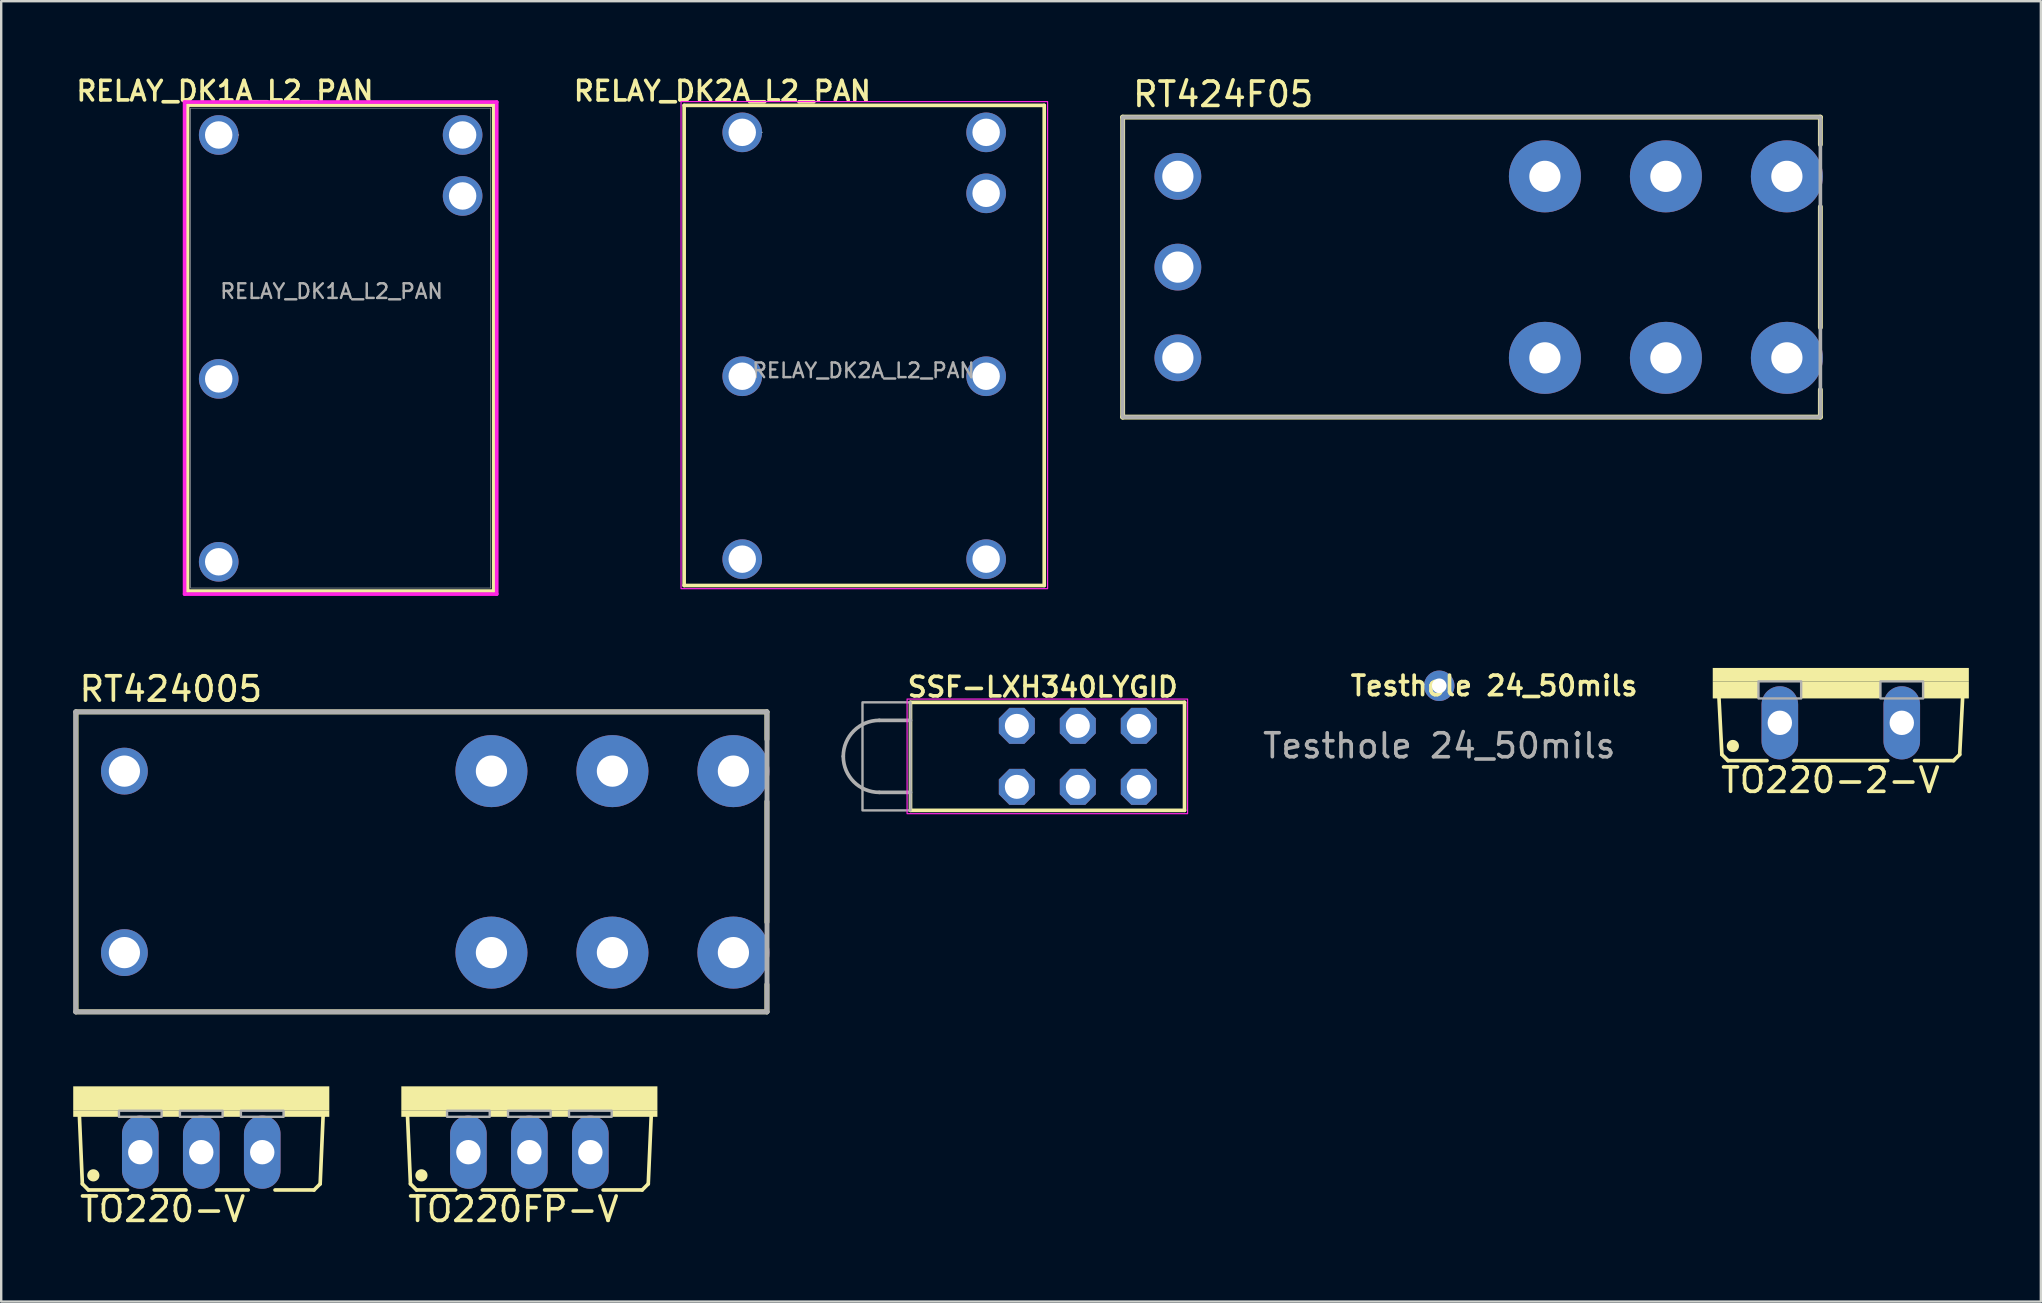
<source format=kicad_pcb>
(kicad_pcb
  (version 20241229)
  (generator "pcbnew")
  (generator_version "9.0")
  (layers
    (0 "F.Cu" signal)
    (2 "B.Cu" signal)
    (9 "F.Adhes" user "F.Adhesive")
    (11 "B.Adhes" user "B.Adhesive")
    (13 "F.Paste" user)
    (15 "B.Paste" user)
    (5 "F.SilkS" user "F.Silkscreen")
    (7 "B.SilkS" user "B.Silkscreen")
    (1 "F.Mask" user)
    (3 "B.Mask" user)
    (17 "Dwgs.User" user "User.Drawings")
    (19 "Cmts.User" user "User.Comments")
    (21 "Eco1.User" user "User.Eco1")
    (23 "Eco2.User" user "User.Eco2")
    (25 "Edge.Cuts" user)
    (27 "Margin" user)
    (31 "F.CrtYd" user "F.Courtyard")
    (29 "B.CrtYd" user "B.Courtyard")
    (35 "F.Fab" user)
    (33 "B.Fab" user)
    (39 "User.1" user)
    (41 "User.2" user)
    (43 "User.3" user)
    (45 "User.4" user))
  (footprint "RELAY_DK2A_L2_PAN"
    (layer "F.Cu")
    (at 27.87 2.463)
    (property "Reference" "RELAY_DK2A_L2_PAN" (at -0.83 -1.72 0) (unlocked yes) (layer "F.SilkS") (effects (font (size 0.813 0.813) (thickness 0.152) (bold yes))))
    (attr through_hole)
    (fp_line (start -2.42 -1.123) (end -2.42 18.877) (stroke (width 0.152) (type solid)) (layer "F.SilkS"))
    (fp_line (start -2.42 -1.123) (end 12.58 -1.123) (stroke (width 0.152) (type solid)) (layer "F.SilkS"))
    (fp_line (start 12.58 18.877) (end -2.42 18.877) (stroke (width 0.152) (type solid)) (layer "F.SilkS"))
    (fp_line (start 12.58 18.877) (end 12.58 -1.123) (stroke (width 0.152) (type solid)) (layer "F.SilkS"))
    (fp_rect (start -2.55 -1.28) (end 12.72 19.01) (stroke (width 0.05) (type default)) (fill no) (layer "F.CrtYd"))
    (fp_circle (center 0.826 0) (end 0.826 0) (stroke (width 0.025) (type solid)) (fill no) (layer "F.Fab"))
    (fp_text user "${REFERENCE}" (at 5.05 9.92 0) (unlocked yes) (layer "F.Fab") (effects (font (size 0.61 0.61) (thickness 0.102) (bold yes))))
    (pad "1" thru_hole circle (at 0 0) (size 1.651 1.651) (drill 1.143) (layers "*.Cu" "*.Mask"))
    (pad "3" thru_hole circle (at 0 10.16) (size 1.651 1.651) (drill 1.143) (layers "*.Cu" "*.Mask"))
    (pad "4" thru_hole circle (at 0 17.78) (size 1.651 1.651) (drill 1.143) (layers "*.Cu" "*.Mask"))
    (pad "5" thru_hole circle (at 10.16 17.78) (size 1.651 1.651) (drill 1.143) (layers "*.Cu" "*.Mask"))
    (pad "6" thru_hole circle (at 10.16 10.16) (size 1.651 1.651) (drill 1.143) (layers "*.Cu" "*.Mask"))
    (pad "7" thru_hole circle (at 10.16 2.54) (size 1.651 1.651) (drill 1.143) (layers "*.Cu" "*.Mask"))
    (pad "8" thru_hole circle (at 10.16 0) (size 1.651 1.651) (drill 1.143) (layers "*.Cu" "*.Mask")))
  (footprint "RELAY_DK1A_L2_PAN"
    (layer "F.Cu")
    (at 6.061 2.573)
    (property "Reference" "RELAY_DK1A_L2_PAN" (at 0.26 -1.83 0) (unlocked yes) (layer "F.SilkS") (effects (font (size 0.813 0.813) (thickness 0.152) (bold yes))))
    (attr through_hole)
    (fp_line (start -1.295 -1.245) (end -1.295 18.999) (stroke (width 0.152) (type solid)) (layer "F.SilkS"))
    (fp_line (start -1.295 18.999) (end 11.455 18.999) (stroke (width 0.152) (type solid)) (layer "F.SilkS"))
    (fp_line (start 11.455 -1.245) (end -1.295 -1.245) (stroke (width 0.152) (type solid)) (layer "F.SilkS"))
    (fp_line (start 11.455 18.999) (end 11.455 -1.245) (stroke (width 0.152) (type solid)) (layer "F.SilkS"))
    (fp_line (start -1.422 -1.372) (end 11.582 -1.372) (stroke (width 0.152) (type solid)) (layer "F.CrtYd"))
    (fp_line (start -1.422 19.126) (end -1.422 -1.372) (stroke (width 0.152) (type solid)) (layer "F.CrtYd"))
    (fp_line (start 11.582 -1.372) (end 11.582 19.126) (stroke (width 0.152) (type solid)) (layer "F.CrtYd"))
    (fp_line (start 11.582 19.126) (end -1.422 19.126) (stroke (width 0.152) (type solid)) (layer "F.CrtYd"))
    (fp_line (start -1.168 -1.118) (end -1.168 18.872) (stroke (width 0.025) (type solid)) (layer "F.Fab"))
    (fp_line (start -1.168 18.872) (end 11.328 18.872) (stroke (width 0.025) (type solid)) (layer "F.Fab"))
    (fp_line (start 11.328 -1.118) (end -1.168 -1.118) (stroke (width 0.025) (type solid)) (layer "F.Fab"))
    (fp_line (start 11.328 18.872) (end 11.328 -1.118) (stroke (width 0.025) (type solid)) (layer "F.Fab"))
    (fp_circle (center 0.826 0) (end 0.826 0) (stroke (width 0.025) (type solid)) (fill no) (layer "F.Fab"))
    (fp_text user "${REFERENCE}" (at 4.7 6.51 0) (unlocked yes) (layer "F.Fab") (effects (font (size 0.61 0.61) (thickness 0.102) (bold yes))))
    (pad "1" thru_hole circle (at 0 0) (size 1.651 1.651) (drill 1.143) (layers "*.Cu" "*.Mask"))
    (pad "3" thru_hole circle (at 0 10.16) (size 1.651 1.651) (drill 1.143) (layers "*.Cu" "*.Mask"))
    (pad "4" thru_hole circle (at 0 17.78) (size 1.651 1.651) (drill 1.143) (layers "*.Cu" "*.Mask"))
    (pad "5" thru_hole circle (at 10.16 2.54) (size 1.651 1.651) (drill 1.143) (layers "*.Cu" "*.Mask"))
    (pad "6" thru_hole circle (at 10.16 0) (size 1.651 1.651) (drill 1.143) (layers "*.Cu" "*.Mask")))
  (footprint "TO220-V"
    (layer "F.Cu")
    (at 5.334 44.744)
    (property "Reference" "TO220-V" (at -5.144 3.175 0) (layer "F.SilkS") (effects (font (size 1.016 1.016) (thickness 0.152)) (justify left bottom)))
    (attr through_hole)
    (fp_line (start -4.953 1.524) (end -5.08 -1.397) (stroke (width 0.152) (type solid)) (layer "F.SilkS"))
    (fp_line (start -4.953 1.524) (end -4.699 1.778) (stroke (width 0.152) (type solid)) (layer "F.SilkS"))
    (fp_line (start -3.073 1.778) (end -4.699 1.778) (stroke (width 0.152) (type solid)) (layer "F.SilkS"))
    (fp_line (start -0.635 1.778) (end -1.956 1.778) (stroke (width 0.152) (type solid)) (layer "F.SilkS"))
    (fp_line (start 1.956 1.778) (end 0.635 1.778) (stroke (width 0.152) (type solid)) (layer "F.SilkS"))
    (fp_line (start 4.699 1.778) (end 3.073 1.778) (stroke (width 0.152) (type solid)) (layer "F.SilkS"))
    (fp_line (start 4.699 1.778) (end 4.953 1.524) (stroke (width 0.152) (type solid)) (layer "F.SilkS"))
    (fp_line (start 5.08 -1.397) (end 4.953 1.524) (stroke (width 0.152) (type solid)) (layer "F.SilkS"))
    (fp_circle (center -4.496 1.168) (end -4.369 1.168) (stroke (width 0.254) (type solid)) (fill yes) (layer "F.SilkS"))
    (fp_poly (pts (xy -5.334 -1.524) (xy 5.334 -1.524) (xy 5.334 -2.54) (xy -5.334 -2.54)) (stroke (width 0) (type default)) (fill yes) (layer "F.SilkS"))
    (fp_poly (pts (xy -5.334 -1.27) (xy -3.429 -1.27) (xy -3.429 -1.524) (xy -5.334 -1.524)) (stroke (width 0) (type default)) (fill yes) (layer "F.SilkS"))
    (fp_poly (pts (xy -1.651 -1.27) (xy -0.889 -1.27) (xy -0.889 -1.524) (xy -1.651 -1.524)) (stroke (width 0) (type default)) (fill yes) (layer "F.SilkS"))
    (fp_poly (pts (xy 0.889 -1.27) (xy 1.651 -1.27) (xy 1.651 -1.524) (xy 0.889 -1.524)) (stroke (width 0) (type default)) (fill yes) (layer "F.SilkS"))
    (fp_poly (pts (xy 3.429 -1.27) (xy 5.334 -1.27) (xy 5.334 -1.524) (xy 3.429 -1.524)) (stroke (width 0) (type default)) (fill yes) (layer "F.SilkS"))
    (fp_poly (pts (xy -3.429 -1.27) (xy -1.651 -1.27) (xy -1.651 -1.524) (xy -3.429 -1.524)) (stroke (width 0.1) (type default)) (fill no) (layer "F.Fab"))
    (fp_poly (pts (xy -0.889 -1.27) (xy 0.889 -1.27) (xy 0.889 -1.524) (xy -0.889 -1.524)) (stroke (width 0.1) (type default)) (fill no) (layer "F.Fab"))
    (fp_poly (pts (xy 1.651 -1.27) (xy 3.429 -1.27) (xy 3.429 -1.524) (xy 1.651 -1.524)) (stroke (width 0.1) (type default)) (fill no) (layer "F.Fab"))
    (pad "1" thru_hole oval (at -2.54 0.203 90) (size 3.048 1.524) (drill 1.016) (layers "*.Cu" "*.Mask"))
    (pad "2" thru_hole oval (at 0 0.203 90) (size 3.048 1.524) (drill 1.016) (layers "*.Cu" "*.Mask"))
    (pad "3" thru_hole oval (at 2.54 0.203 90) (size 3.048 1.524) (drill 1.016) (layers "*.Cu" "*.Mask")))
  (footprint "SSF-LXH340LYGID"
    (layer "F.Cu")
    (at 40.579 28.458)
    (property "Reference" "SSF-LXH340LYGID" (at -5.905 -2.413 0) (layer "F.SilkS") (effects (font (size 0.813 0.813) (thickness 0.152) (bold yes)) (justify left bottom)))
    (attr through_hole)
    (fp_line (start -5.7 -2.25) (end -5.7 2.25) (stroke (width 0.152) (type solid)) (layer "F.SilkS"))
    (fp_line (start -5.7 -2.25) (end 5.715 -2.25) (stroke (width 0.152) (type solid)) (layer "F.SilkS"))
    (fp_line (start -5.7 2.25) (end 5.715 2.25) (stroke (width 0.152) (type solid)) (layer "F.SilkS"))
    (fp_line (start 5.715 -2.25) (end 5.715 2.25) (stroke (width 0.152) (type solid)) (layer "F.SilkS"))
    (fp_rect (start -5.842 -2.388) (end 5.842 2.388) (stroke (width 0.05) (type solid)) (fill no) (layer "F.CrtYd"))
    (fp_line (start -7 1.5) (end -5.7 1.5) (stroke (width 0.152) (type solid)) (layer "F.Fab"))
    (fp_line (start -5.7 -1.5) (end -7 -1.5) (stroke (width 0.152) (type solid)) (layer "F.Fab"))
    (fp_arc (start -8.5 0) (mid -8.06066 -1.06066) (end -7 -1.5) (stroke (width 0.1524) (type solid)) (layer "F.Fab"))
    (fp_arc (start -7 1.5) (mid -8.06066 1.06066) (end -8.5 0) (stroke (width 0.1524) (type solid)) (layer "F.Fab"))
    (fp_poly (pts (xy -7.7 2.25) (xy -5.7 2.25) (xy -5.7 -2.25) (xy -7.7 -2.25)) (stroke (width 0.1) (type default)) (fill no) (layer "F.Fab"))
    (pad "GA" thru_hole roundrect (at 1.27 -1.27) (size 1.5 1.5) (drill 1) (layers "*.Cu" "*.Mask") (roundrect_rratio 0.25) (chamfer_ratio 0.293) (chamfer top_left top_right bottom_left bottom_right))
    (pad "GC" thru_hole roundrect (at 1.27 1.27) (size 1.5 1.5) (drill 1) (layers "*.Cu" "*.Mask") (roundrect_rratio 0.25) (chamfer_ratio 0.293) (chamfer top_left top_right bottom_left bottom_right))
    (pad "RA" thru_hole roundrect (at -1.27 -1.27) (size 1.5 1.5) (drill 1) (layers "*.Cu" "*.Mask") (roundrect_rratio 0.25) (chamfer_ratio 0.293) (chamfer top_left top_right bottom_left bottom_right))
    (pad "RC" thru_hole roundrect (at -1.27 1.27) (size 1.5 1.5) (drill 1) (layers "*.Cu" "*.Mask") (roundrect_rratio 0.25) (chamfer_ratio 0.293) (chamfer top_left top_right bottom_left bottom_right))
    (pad "YA" thru_hole roundrect (at 3.81 -1.27) (size 1.5 1.5) (drill 1) (layers "*.Cu" "*.Mask") (roundrect_rratio 0.25) (chamfer_ratio 0.293) (chamfer top_left top_right bottom_left bottom_right))
    (pad "YC" thru_hole roundrect (at 3.81 1.27) (size 1.5 1.5) (drill 1) (layers "*.Cu" "*.Mask") (roundrect_rratio 0.25) (chamfer_ratio 0.293) (chamfer top_left top_right bottom_left bottom_right)))
  (footprint "TO220-2-V"
    (layer "F.Cu")
    (at 73.633 27.315)
    (property "Reference" "TO220-2-V" (at -5.08 2.731 0) (layer "F.SilkS") (effects (font (size 1.016 1.016) (thickness 0.152)) (justify left bottom)))
    (attr through_hole)
    (fp_line (start -4.953 1.067) (end -5.08 -1.397) (stroke (width 0.152) (type solid)) (layer "F.SilkS"))
    (fp_line (start -4.953 1.067) (end -4.699 1.321) (stroke (width 0.152) (type solid)) (layer "F.SilkS"))
    (fp_line (start -3.073 1.321) (end -4.699 1.321) (stroke (width 0.152) (type solid)) (layer "F.SilkS"))
    (fp_line (start 1.956 1.321) (end -1.956 1.321) (stroke (width 0.152) (type solid)) (layer "F.SilkS"))
    (fp_line (start 4.699 1.321) (end 3.073 1.321) (stroke (width 0.152) (type solid)) (layer "F.SilkS"))
    (fp_line (start 4.699 1.321) (end 4.953 1.067) (stroke (width 0.152) (type solid)) (layer "F.SilkS"))
    (fp_line (start 5.08 -1.397) (end 4.953 1.067) (stroke (width 0.152) (type solid)) (layer "F.SilkS"))
    (fp_circle (center -4.496 0.711) (end -4.369 0.711) (stroke (width 0.254) (type solid)) (fill yes) (layer "F.SilkS"))
    (fp_poly (pts (xy -5.334 -1.981) (xy 5.334 -1.981) (xy 5.334 -2.54) (xy -5.334 -2.54)) (stroke (width 0) (type default)) (fill yes) (layer "F.SilkS"))
    (fp_poly (pts (xy -5.334 -1.27) (xy -3.429 -1.27) (xy -3.429 -1.981) (xy -5.334 -1.981)) (stroke (width 0) (type default)) (fill yes) (layer "F.SilkS"))
    (fp_poly (pts (xy -1.651 -1.27) (xy 1.651 -1.27) (xy 1.651 -1.981) (xy -1.651 -1.981)) (stroke (width 0) (type default)) (fill yes) (layer "F.SilkS"))
    (fp_poly (pts (xy 3.429 -1.27) (xy 5.334 -1.27) (xy 5.334 -1.981) (xy 3.429 -1.981)) (stroke (width 0) (type default)) (fill yes) (layer "F.SilkS"))
    (fp_poly (pts (xy -3.429 -1.27) (xy -1.651 -1.27) (xy -1.651 -1.981) (xy -3.429 -1.981)) (stroke (width 0.1) (type default)) (fill no) (layer "F.Fab"))
    (fp_poly (pts (xy 1.651 -1.27) (xy 3.429 -1.27) (xy 3.429 -1.981) (xy 1.651 -1.981)) (stroke (width 0.1) (type default)) (fill no) (layer "F.Fab"))
    (pad "1" thru_hole oval (at -2.54 -0.254 90) (size 3.048 1.524) (drill 1.016) (layers "*.Cu" "*.Mask"))
    (pad "2" thru_hole oval (at 2.54 -0.254 90) (size 3.048 1.524) (drill 1.016) (layers "*.Cu" "*.Mask")))
  (footprint "RT424005"
    (layer "F.Cu")
    (at 13.632 32.853)
    (property "Reference" "RT424005" (at -13.462 -6.604 0) (layer "F.SilkS") (effects (font (size 1.016 1.016) (thickness 0.152)) (justify left bottom)))
    (attr through_hole)
    (fp_line (start -13.513 -6.248) (end 15.265 -6.248) (stroke (width 0.203) (type solid)) (layer "F.SilkS"))
    (fp_line (start -13.513 6.248) (end -13.513 -6.248) (stroke (width 0.203) (type solid)) (layer "F.SilkS"))
    (fp_line (start -13.513 6.248) (end 15.265 6.248) (stroke (width 0.203) (type solid)) (layer "F.SilkS"))
    (fp_line (start 15.265 -5.105) (end 15.265 -6.248) (stroke (width 0.203) (type solid)) (layer "F.SilkS"))
    (fp_line (start 15.265 2.515) (end 15.265 -2.515) (stroke (width 0.203) (type solid)) (layer "F.SilkS"))
    (fp_line (start 15.265 6.248) (end 15.265 5.105) (stroke (width 0.203) (type solid)) (layer "F.SilkS"))
    (fp_line (start -13.53 -6.25) (end 15.27 -6.25) (stroke (width 0.203) (type solid)) (layer "F.Fab"))
    (fp_line (start -13.53 6.25) (end -13.53 -6.25) (stroke (width 0.203) (type solid)) (layer "F.Fab"))
    (fp_line (start 15.27 -6.25) (end 15.27 6.25) (stroke (width 0.203) (type solid)) (layer "F.Fab"))
    (fp_line (start 15.27 6.25) (end -13.53 6.25) (stroke (width 0.203) (type solid)) (layer "F.Fab"))
    (pad "11A" thru_hole circle (at 8.83 -3.78 90) (size 3 3) (drill 1.3) (layers "*.Cu" "*.Mask"))
    (pad "11B" thru_hole circle (at 8.83 3.78 90) (size 3 3) (drill 1.3) (layers "*.Cu" "*.Mask"))
    (pad "12A" thru_hole circle (at 3.79 -3.78 90) (size 3 3) (drill 1.3) (layers "*.Cu" "*.Mask"))
    (pad "12B" thru_hole circle (at 3.79 3.78 90) (size 3 3) (drill 1.3) (layers "*.Cu" "*.Mask"))
    (pad "14A" thru_hole circle (at 13.87 -3.78 90) (size 3 3) (drill 1.3) (layers "*.Cu" "*.Mask"))
    (pad "14B" thru_hole circle (at 13.87 3.78 90) (size 3 3) (drill 1.3) (layers "*.Cu" "*.Mask"))
    (pad "A1" thru_hole circle (at -11.5 3.78) (size 1.95 1.95) (drill 1.3) (layers "*.Cu" "*.Mask"))
    (pad "A2" thru_hole circle (at -11.5 -3.78) (size 1.95 1.95) (drill 1.3) (layers "*.Cu" "*.Mask")))
  (footprint "TO220FP-V"
    (layer "F.Cu")
    (at 19.002 44.744)
    (property "Reference" "TO220FP-V" (at -5.144 3.175 0) (layer "F.SilkS") (effects (font (size 1.016 1.016) (thickness 0.152)) (justify left bottom)))
    (attr through_hole)
    (fp_line (start -4.953 1.524) (end -5.08 -1.397) (stroke (width 0.152) (type solid)) (layer "F.SilkS"))
    (fp_line (start -4.953 1.524) (end -4.699 1.778) (stroke (width 0.152) (type solid)) (layer "F.SilkS"))
    (fp_line (start -3.073 1.778) (end -4.699 1.778) (stroke (width 0.152) (type solid)) (layer "F.SilkS"))
    (fp_line (start -0.635 1.778) (end -1.956 1.778) (stroke (width 0.152) (type solid)) (layer "F.SilkS"))
    (fp_line (start 1.956 1.778) (end 0.635 1.778) (stroke (width 0.152) (type solid)) (layer "F.SilkS"))
    (fp_line (start 4.699 1.778) (end 3.073 1.778) (stroke (width 0.152) (type solid)) (layer "F.SilkS"))
    (fp_line (start 4.699 1.778) (end 4.953 1.524) (stroke (width 0.152) (type solid)) (layer "F.SilkS"))
    (fp_line (start 5.08 -1.397) (end 4.953 1.524) (stroke (width 0.152) (type solid)) (layer "F.SilkS"))
    (fp_circle (center -4.496 1.168) (end -4.369 1.168) (stroke (width 0.254) (type solid)) (fill yes) (layer "F.SilkS"))
    (fp_poly (pts (xy -5.334 -1.524) (xy 5.334 -1.524) (xy 5.334 -2.54) (xy -5.334 -2.54)) (stroke (width 0) (type default)) (fill yes) (layer "F.SilkS"))
    (fp_poly (pts (xy -5.334 -1.27) (xy -3.429 -1.27) (xy -3.429 -1.524) (xy -5.334 -1.524)) (stroke (width 0) (type default)) (fill yes) (layer "F.SilkS"))
    (fp_poly (pts (xy -1.651 -1.27) (xy -0.889 -1.27) (xy -0.889 -1.524) (xy -1.651 -1.524)) (stroke (width 0) (type default)) (fill yes) (layer "F.SilkS"))
    (fp_poly (pts (xy 0.889 -1.27) (xy 1.651 -1.27) (xy 1.651 -1.524) (xy 0.889 -1.524)) (stroke (width 0) (type default)) (fill yes) (layer "F.SilkS"))
    (fp_poly (pts (xy 3.429 -1.27) (xy 5.334 -1.27) (xy 5.334 -1.524) (xy 3.429 -1.524)) (stroke (width 0) (type default)) (fill yes) (layer "F.SilkS"))
    (fp_poly (pts (xy -3.429 -1.27) (xy -1.651 -1.27) (xy -1.651 -1.524) (xy -3.429 -1.524)) (stroke (width 0.1) (type default)) (fill no) (layer "F.Fab"))
    (fp_poly (pts (xy -0.889 -1.27) (xy 0.889 -1.27) (xy 0.889 -1.524) (xy -0.889 -1.524)) (stroke (width 0.1) (type default)) (fill no) (layer "F.Fab"))
    (fp_poly (pts (xy 1.651 -1.27) (xy 3.429 -1.27) (xy 3.429 -1.524) (xy 1.651 -1.524)) (stroke (width 0.1) (type default)) (fill no) (layer "F.Fab"))
    (pad "1" thru_hole oval (at -2.54 0.203 90) (size 3.048 1.524) (drill 1.016) (layers "*.Cu" "*.Mask"))
    (pad "2" thru_hole oval (at 0 0.203 90) (size 3.048 1.524) (drill 1.016) (layers "*.Cu" "*.Mask"))
    (pad "3" thru_hole oval (at 2.54 0.203 90) (size 3.048 1.524) (drill 1.016) (layers "*.Cu" "*.Mask")))
  (footprint "Testhole 24_50mils"
    (layer "F.Cu")
    (at 56.905 25.518)
    (property "Reference" "Testhole 24_50mils" (at 2.286 0 0) (unlocked yes) (layer "F.SilkS") (effects (font (size 0.813 0.813) (thickness 0.152) (bold yes))))
    (attr through_hole exclude_from_pos_files exclude_from_bom)
    (fp_text user "${REFERENCE}" (at 0 2.5 0) (unlocked yes) (layer "F.Fab") (effects (font (size 1 1) (thickness 0.15))))
    (pad "1" thru_hole circle (at 0 0) (size 1.27 1.27) (drill 0.61) (layers "*.Cu" "*.Mask")))
  (footprint "RT424F05"
    (layer "F.Cu")
    (at 57.517 8.077)
    (property "Reference" "RT424F05" (at -13.462 -6.604 0) (layer "F.SilkS") (effects (font (size 1.016 1.016) (thickness 0.152)) (justify left bottom)))
    (attr through_hole)
    (fp_line (start -13.8 -6.248) (end 15.265 -6.248) (stroke (width 0.203) (type solid)) (layer "F.SilkS"))
    (fp_line (start -13.8 6.248) (end -13.8 -6.248) (stroke (width 0.203) (type solid)) (layer "F.SilkS"))
    (fp_line (start -13.8 6.248) (end 15.265 6.248) (stroke (width 0.203) (type solid)) (layer "F.SilkS"))
    (fp_line (start 15.265 -5.105) (end 15.265 -6.248) (stroke (width 0.203) (type solid)) (layer "F.SilkS"))
    (fp_line (start 15.265 2.515) (end 15.265 -2.515) (stroke (width 0.203) (type solid)) (layer "F.SilkS"))
    (fp_line (start 15.265 6.248) (end 15.265 5.105) (stroke (width 0.203) (type solid)) (layer "F.SilkS"))
    (fp_rect (start -13.8 -6.248) (end 15.265 6.248) (stroke (width 0.152) (type default)) (fill no) (layer "F.Fab"))
    (pad "11" thru_hole circle (at 8.83 -3.78 90) (size 3 3) (drill 1.3) (layers "*.Cu" "*.Mask"))
    (pad "12" thru_hole circle (at 3.79 -3.78 90) (size 3 3) (drill 1.3) (layers "*.Cu" "*.Mask"))
    (pad "14" thru_hole circle (at 13.87 -3.78 90) (size 3 3) (drill 1.3) (layers "*.Cu" "*.Mask"))
    (pad "21" thru_hole circle (at 8.83 3.78 90) (size 3 3) (drill 1.3) (layers "*.Cu" "*.Mask"))
    (pad "22" thru_hole circle (at 3.79 3.78 90) (size 3 3) (drill 1.3) (layers "*.Cu" "*.Mask"))
    (pad "24" thru_hole circle (at 13.87 3.78 90) (size 3 3) (drill 1.3) (layers "*.Cu" "*.Mask"))
    (pad "A1" thru_hole circle (at -11.5 3.78) (size 1.95 1.95) (drill 1.3) (layers "*.Cu" "*.Mask"))
    (pad "A2" thru_hole circle (at -11.5 -3.78) (size 1.95 1.95) (drill 1.3) (layers "*.Cu" "*.Mask"))
    (pad "A3" thru_hole circle (at -11.5 0) (size 1.95 1.95) (drill 1.3) (layers "*.Cu" "*.Mask")))
  (gr_rect
    (start -3 -3)
    (end 81.967 51.17)
    (stroke (width 0.1) (type default))
    (fill no)
    (layer "Edge.Cuts")))
</source>
